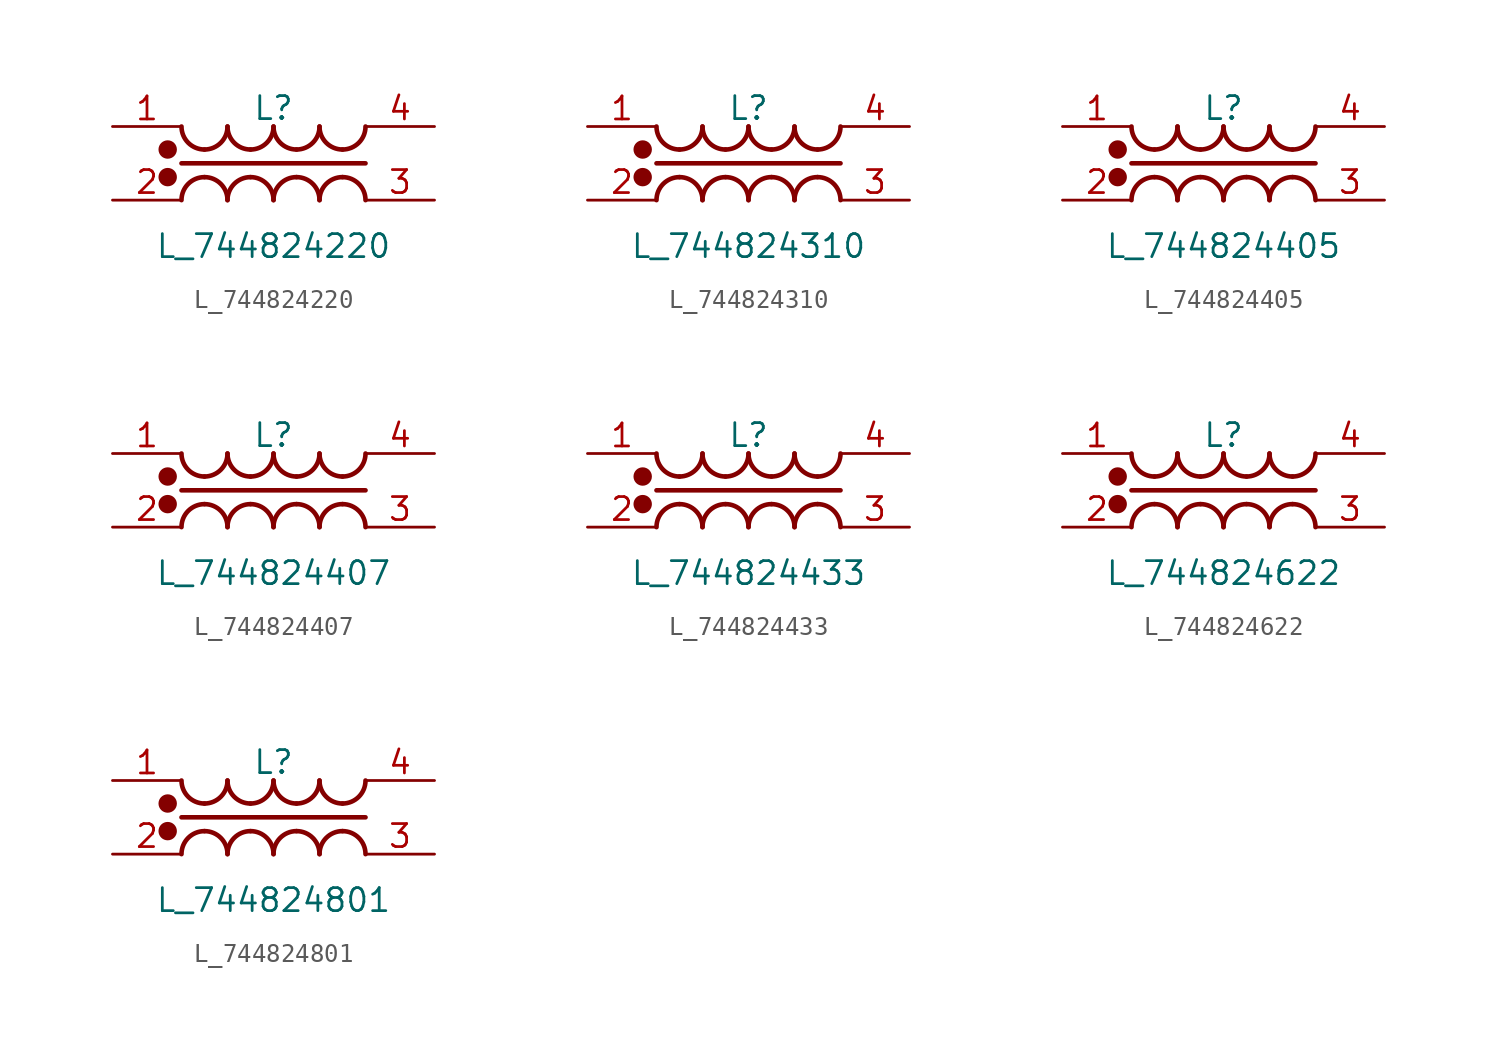
<source format=kicad_sym>
(kicad_symbol_lib
  (version 20211014)
  (generator kicad_symbol_editor)
  (symbol "Inductor_Wurth_WE-CMB:L_744824220"
    (pin_names hide)
    (property "Reference" "L"
      (at 0 5.08 0)
      (effects (font (size 1.27 1.27))))
    (property "Value" "L_744824220"
      (at 0 -2.54 0)
      (effects (font (size 1.27 1.27))))
    (symbol "L_744824220_0_1"
      (arc (start -5.08 4.064) (mid -4.708 3.166) (end -3.81 2.794) (stroke (width 0.254) (type default)) (fill (type none)))
      (arc (start -3.81 1.27) (mid -4.708 0.898) (end -5.08 0) (stroke (width 0.254) (type default)) (fill (type none)))
      (arc (start -3.81 2.794) (mid -2.912 3.166) (end -2.54 4.064) (stroke (width 0.254) (type default)) (fill (type none)))
      (arc (start -2.54 0) (mid -2.912 0.898) (end -3.81 1.27) (stroke (width 0.254) (type default)) (fill (type none)))
      (arc (start -2.5399 4.0639) (mid -2.1679 3.1659) (end -1.2699 2.7939) (stroke (width 0.254) (type default)) (fill (type none)))
      (arc (start -1.2699 1.2701) (mid -2.1679 0.8981) (end -2.5399 0.0001) (stroke (width 0.254) (type default)) (fill (type none)))
      (arc (start -1.2699 2.7939) (mid -0.3719 3.1659) (end 0.0001 4.0639) (stroke (width 0.254) (type default)) (fill (type none)))
      (arc (start 0.0001 0.0001) (mid -0.3719 0.8981) (end -1.2699 1.2701) (stroke (width 0.254) (type default)) (fill (type none)))
      (polyline (pts (xy -5.08 2.032) (xy 5.08 2.032)) (stroke (width 0.254) (type default)) (fill (type none)))
      (arc (start 0.0001 4.0639) (mid 0.3721 3.166) (end 1.2701 2.7939) (stroke (width 0.254) (type default)) (fill (type none)))
      (arc (start 1.2701 1.2701) (mid 0.3721 0.8981) (end 0.0001 0.0001) (stroke (width 0.254) (type default)) (fill (type none)))
      (arc (start 1.2701 2.7939) (mid 2.1681 3.1659) (end 2.5401 4.0639) (stroke (width 0.254) (type default)) (fill (type none)))
      (arc (start 2.5401 0.0001) (mid 2.1681 0.8981) (end 1.2701 1.2701) (stroke (width 0.254) (type default)) (fill (type none)))
      (arc (start 2.5401 4.0639) (mid 2.9121 3.166) (end 3.8101 2.7939) (stroke (width 0.254) (type default)) (fill (type none)))
      (arc (start 3.8101 1.2701) (mid 2.9121 0.8981) (end 2.5401 0.0001) (stroke (width 0.254) (type default)) (fill (type none)))
      (arc (start 3.8101 2.7939) (mid 4.7081 3.1659) (end 5.0801 4.0639) (stroke (width 0.254) (type default)) (fill (type none)))
      (arc (start 5.0801 0.0001) (mid 4.7081 0.8981) (end 3.8101 1.2701) (stroke (width 0.254) (type default)) (fill (type none))))
    (symbol "L_744824220_1_1"
      (circle (center -5.842 1.27) (radius 0.0001) (stroke (width 0.508) (type default)) (fill (type none)))
      (circle (center -5.842 2.794) (radius 0.0001) (stroke (width 0.508) (type default)) (fill (type none)))
      (pin passive line (at -8.89 4.064 0) (length 3.81) (name "1" (effects (font (size 1.27 1.27)))) (number "1" (effects (font (size 1.27 1.27)))))
      (pin passive line (at -8.89 0 0) (length 3.81) (name "2" (effects (font (size 1.27 1.27)))) (number "2" (effects (font (size 1.27 1.27)))))
      (pin passive line (at 8.89 0 180) (length 3.81) (name "3" (effects (font (size 1.27 1.27)))) (number "3" (effects (font (size 1.27 1.27)))))
      (pin passive line (at 8.89 4.064 180) (length 3.81) (name "4" (effects (font (size 1.27 1.27)))) (number "4" (effects (font (size 1.27 1.27)))))))
  (symbol "Inductor_Wurth_WE-CMB:L_744824310"
    (pin_names hide)
    (property "Reference" "L"
      (at 0 5.08 0)
      (effects (font (size 1.27 1.27))))
    (property "Value" "L_744824310"
      (at 0 -2.54 0)
      (effects (font (size 1.27 1.27))))
    (symbol "L_744824310_0_1"
      (arc (start -5.08 4.064) (mid -4.708 3.166) (end -3.81 2.794) (stroke (width 0.254) (type default)) (fill (type none)))
      (arc (start -3.81 1.27) (mid -4.708 0.898) (end -5.08 0) (stroke (width 0.254) (type default)) (fill (type none)))
      (arc (start -3.81 2.794) (mid -2.912 3.166) (end -2.54 4.064) (stroke (width 0.254) (type default)) (fill (type none)))
      (arc (start -2.54 0) (mid -2.912 0.898) (end -3.81 1.27) (stroke (width 0.254) (type default)) (fill (type none)))
      (arc (start -2.5399 4.0639) (mid -2.1679 3.1659) (end -1.2699 2.7939) (stroke (width 0.254) (type default)) (fill (type none)))
      (arc (start -1.2699 1.2701) (mid -2.1679 0.8981) (end -2.5399 0.0001) (stroke (width 0.254) (type default)) (fill (type none)))
      (arc (start -1.2699 2.7939) (mid -0.3719 3.1659) (end 0.0001 4.0639) (stroke (width 0.254) (type default)) (fill (type none)))
      (arc (start 0.0001 0.0001) (mid -0.3719 0.8981) (end -1.2699 1.2701) (stroke (width 0.254) (type default)) (fill (type none)))
      (polyline (pts (xy -5.08 2.032) (xy 5.08 2.032)) (stroke (width 0.254) (type default)) (fill (type none)))
      (arc (start 0.0001 4.0639) (mid 0.3721 3.166) (end 1.2701 2.7939) (stroke (width 0.254) (type default)) (fill (type none)))
      (arc (start 1.2701 1.2701) (mid 0.3721 0.8981) (end 0.0001 0.0001) (stroke (width 0.254) (type default)) (fill (type none)))
      (arc (start 1.2701 2.7939) (mid 2.1681 3.1659) (end 2.5401 4.0639) (stroke (width 0.254) (type default)) (fill (type none)))
      (arc (start 2.5401 0.0001) (mid 2.1681 0.8981) (end 1.2701 1.2701) (stroke (width 0.254) (type default)) (fill (type none)))
      (arc (start 2.5401 4.0639) (mid 2.9121 3.166) (end 3.8101 2.7939) (stroke (width 0.254) (type default)) (fill (type none)))
      (arc (start 3.8101 1.2701) (mid 2.9121 0.8981) (end 2.5401 0.0001) (stroke (width 0.254) (type default)) (fill (type none)))
      (arc (start 3.8101 2.7939) (mid 4.7081 3.1659) (end 5.0801 4.0639) (stroke (width 0.254) (type default)) (fill (type none)))
      (arc (start 5.0801 0.0001) (mid 4.7081 0.8981) (end 3.8101 1.2701) (stroke (width 0.254) (type default)) (fill (type none))))
    (symbol "L_744824310_1_1"
      (circle (center -5.842 1.27) (radius 0.0001) (stroke (width 0.508) (type default)) (fill (type none)))
      (circle (center -5.842 2.794) (radius 0.0001) (stroke (width 0.508) (type default)) (fill (type none)))
      (pin passive line (at -8.89 4.064 0) (length 3.81) (name "1" (effects (font (size 1.27 1.27)))) (number "1" (effects (font (size 1.27 1.27)))))
      (pin passive line (at -8.89 0 0) (length 3.81) (name "2" (effects (font (size 1.27 1.27)))) (number "2" (effects (font (size 1.27 1.27)))))
      (pin passive line (at 8.89 0 180) (length 3.81) (name "3" (effects (font (size 1.27 1.27)))) (number "3" (effects (font (size 1.27 1.27)))))
      (pin passive line (at 8.89 4.064 180) (length 3.81) (name "4" (effects (font (size 1.27 1.27)))) (number "4" (effects (font (size 1.27 1.27)))))))
  (symbol "Inductor_Wurth_WE-CMB:L_744824405"
    (pin_names hide)
    (property "Reference" "L"
      (at 0 5.08 0)
      (effects (font (size 1.27 1.27))))
    (property "Value" "L_744824405"
      (at 0 -2.54 0)
      (effects (font (size 1.27 1.27))))
    (symbol "L_744824405_0_1"
      (arc (start -5.08 4.064) (mid -4.708 3.166) (end -3.81 2.794) (stroke (width 0.254) (type default)) (fill (type none)))
      (arc (start -3.81 1.27) (mid -4.708 0.898) (end -5.08 0) (stroke (width 0.254) (type default)) (fill (type none)))
      (arc (start -3.81 2.794) (mid -2.912 3.166) (end -2.54 4.064) (stroke (width 0.254) (type default)) (fill (type none)))
      (arc (start -2.54 0) (mid -2.912 0.898) (end -3.81 1.27) (stroke (width 0.254) (type default)) (fill (type none)))
      (arc (start -2.5399 4.0639) (mid -2.1679 3.1659) (end -1.2699 2.7939) (stroke (width 0.254) (type default)) (fill (type none)))
      (arc (start -1.2699 1.2701) (mid -2.1679 0.8981) (end -2.5399 0.0001) (stroke (width 0.254) (type default)) (fill (type none)))
      (arc (start -1.2699 2.7939) (mid -0.3719 3.1659) (end 0.0001 4.0639) (stroke (width 0.254) (type default)) (fill (type none)))
      (arc (start 0.0001 0.0001) (mid -0.3719 0.8981) (end -1.2699 1.2701) (stroke (width 0.254) (type default)) (fill (type none)))
      (polyline (pts (xy -5.08 2.032) (xy 5.08 2.032)) (stroke (width 0.254) (type default)) (fill (type none)))
      (arc (start 0.0001 4.0639) (mid 0.3721 3.166) (end 1.2701 2.7939) (stroke (width 0.254) (type default)) (fill (type none)))
      (arc (start 1.2701 1.2701) (mid 0.3721 0.8981) (end 0.0001 0.0001) (stroke (width 0.254) (type default)) (fill (type none)))
      (arc (start 1.2701 2.7939) (mid 2.1681 3.1659) (end 2.5401 4.0639) (stroke (width 0.254) (type default)) (fill (type none)))
      (arc (start 2.5401 0.0001) (mid 2.1681 0.8981) (end 1.2701 1.2701) (stroke (width 0.254) (type default)) (fill (type none)))
      (arc (start 2.5401 4.0639) (mid 2.9121 3.166) (end 3.8101 2.7939) (stroke (width 0.254) (type default)) (fill (type none)))
      (arc (start 3.8101 1.2701) (mid 2.9121 0.8981) (end 2.5401 0.0001) (stroke (width 0.254) (type default)) (fill (type none)))
      (arc (start 3.8101 2.7939) (mid 4.7081 3.1659) (end 5.0801 4.0639) (stroke (width 0.254) (type default)) (fill (type none)))
      (arc (start 5.0801 0.0001) (mid 4.7081 0.8981) (end 3.8101 1.2701) (stroke (width 0.254) (type default)) (fill (type none))))
    (symbol "L_744824405_1_1"
      (circle (center -5.842 1.27) (radius 0.0001) (stroke (width 0.508) (type default)) (fill (type none)))
      (circle (center -5.842 2.794) (radius 0.0001) (stroke (width 0.508) (type default)) (fill (type none)))
      (pin passive line (at -8.89 4.064 0) (length 3.81) (name "1" (effects (font (size 1.27 1.27)))) (number "1" (effects (font (size 1.27 1.27)))))
      (pin passive line (at -8.89 0 0) (length 3.81) (name "2" (effects (font (size 1.27 1.27)))) (number "2" (effects (font (size 1.27 1.27)))))
      (pin passive line (at 8.89 0 180) (length 3.81) (name "3" (effects (font (size 1.27 1.27)))) (number "3" (effects (font (size 1.27 1.27)))))
      (pin passive line (at 8.89 4.064 180) (length 3.81) (name "4" (effects (font (size 1.27 1.27)))) (number "4" (effects (font (size 1.27 1.27)))))))
  (symbol "Inductor_Wurth_WE-CMB:L_744824407"
    (pin_names hide)
    (property "Reference" "L"
      (at 0 5.08 0)
      (effects (font (size 1.27 1.27))))
    (property "Value" "L_744824407"
      (at 0 -2.54 0)
      (effects (font (size 1.27 1.27))))
    (symbol "L_744824407_0_1"
      (arc (start -5.08 4.064) (mid -4.708 3.166) (end -3.81 2.794) (stroke (width 0.254) (type default)) (fill (type none)))
      (arc (start -3.81 1.27) (mid -4.708 0.898) (end -5.08 0) (stroke (width 0.254) (type default)) (fill (type none)))
      (arc (start -3.81 2.794) (mid -2.912 3.166) (end -2.54 4.064) (stroke (width 0.254) (type default)) (fill (type none)))
      (arc (start -2.54 0) (mid -2.912 0.898) (end -3.81 1.27) (stroke (width 0.254) (type default)) (fill (type none)))
      (arc (start -2.5399 4.0639) (mid -2.1679 3.1659) (end -1.2699 2.7939) (stroke (width 0.254) (type default)) (fill (type none)))
      (arc (start -1.2699 1.2701) (mid -2.1679 0.8981) (end -2.5399 0.0001) (stroke (width 0.254) (type default)) (fill (type none)))
      (arc (start -1.2699 2.7939) (mid -0.3719 3.1659) (end 0.0001 4.0639) (stroke (width 0.254) (type default)) (fill (type none)))
      (arc (start 0.0001 0.0001) (mid -0.3719 0.8981) (end -1.2699 1.2701) (stroke (width 0.254) (type default)) (fill (type none)))
      (polyline (pts (xy -5.08 2.032) (xy 5.08 2.032)) (stroke (width 0.254) (type default)) (fill (type none)))
      (arc (start 0.0001 4.0639) (mid 0.3721 3.166) (end 1.2701 2.7939) (stroke (width 0.254) (type default)) (fill (type none)))
      (arc (start 1.2701 1.2701) (mid 0.3721 0.8981) (end 0.0001 0.0001) (stroke (width 0.254) (type default)) (fill (type none)))
      (arc (start 1.2701 2.7939) (mid 2.1681 3.1659) (end 2.5401 4.0639) (stroke (width 0.254) (type default)) (fill (type none)))
      (arc (start 2.5401 0.0001) (mid 2.1681 0.8981) (end 1.2701 1.2701) (stroke (width 0.254) (type default)) (fill (type none)))
      (arc (start 2.5401 4.0639) (mid 2.9121 3.166) (end 3.8101 2.7939) (stroke (width 0.254) (type default)) (fill (type none)))
      (arc (start 3.8101 1.2701) (mid 2.9121 0.8981) (end 2.5401 0.0001) (stroke (width 0.254) (type default)) (fill (type none)))
      (arc (start 3.8101 2.7939) (mid 4.7081 3.1659) (end 5.0801 4.0639) (stroke (width 0.254) (type default)) (fill (type none)))
      (arc (start 5.0801 0.0001) (mid 4.7081 0.8981) (end 3.8101 1.2701) (stroke (width 0.254) (type default)) (fill (type none))))
    (symbol "L_744824407_1_1"
      (circle (center -5.842 1.27) (radius 0.0001) (stroke (width 0.508) (type default)) (fill (type none)))
      (circle (center -5.842 2.794) (radius 0.0001) (stroke (width 0.508) (type default)) (fill (type none)))
      (pin passive line (at -8.89 4.064 0) (length 3.81) (name "1" (effects (font (size 1.27 1.27)))) (number "1" (effects (font (size 1.27 1.27)))))
      (pin passive line (at -8.89 0 0) (length 3.81) (name "2" (effects (font (size 1.27 1.27)))) (number "2" (effects (font (size 1.27 1.27)))))
      (pin passive line (at 8.89 0 180) (length 3.81) (name "3" (effects (font (size 1.27 1.27)))) (number "3" (effects (font (size 1.27 1.27)))))
      (pin passive line (at 8.89 4.064 180) (length 3.81) (name "4" (effects (font (size 1.27 1.27)))) (number "4" (effects (font (size 1.27 1.27)))))))
  (symbol "Inductor_Wurth_WE-CMB:L_744824433"
    (pin_names hide)
    (property "Reference" "L"
      (at 0 5.08 0)
      (effects (font (size 1.27 1.27))))
    (property "Value" "L_744824433"
      (at 0 -2.54 0)
      (effects (font (size 1.27 1.27))))
    (symbol "L_744824433_0_1"
      (arc (start -5.08 4.064) (mid -4.708 3.166) (end -3.81 2.794) (stroke (width 0.254) (type default)) (fill (type none)))
      (arc (start -3.81 1.27) (mid -4.708 0.898) (end -5.08 0) (stroke (width 0.254) (type default)) (fill (type none)))
      (arc (start -3.81 2.794) (mid -2.912 3.166) (end -2.54 4.064) (stroke (width 0.254) (type default)) (fill (type none)))
      (arc (start -2.54 0) (mid -2.912 0.898) (end -3.81 1.27) (stroke (width 0.254) (type default)) (fill (type none)))
      (arc (start -2.5399 4.0639) (mid -2.1679 3.1659) (end -1.2699 2.7939) (stroke (width 0.254) (type default)) (fill (type none)))
      (arc (start -1.2699 1.2701) (mid -2.1679 0.8981) (end -2.5399 0.0001) (stroke (width 0.254) (type default)) (fill (type none)))
      (arc (start -1.2699 2.7939) (mid -0.3719 3.1659) (end 0.0001 4.0639) (stroke (width 0.254) (type default)) (fill (type none)))
      (arc (start 0.0001 0.0001) (mid -0.3719 0.8981) (end -1.2699 1.2701) (stroke (width 0.254) (type default)) (fill (type none)))
      (polyline (pts (xy -5.08 2.032) (xy 5.08 2.032)) (stroke (width 0.254) (type default)) (fill (type none)))
      (arc (start 0.0001 4.0639) (mid 0.3721 3.166) (end 1.2701 2.7939) (stroke (width 0.254) (type default)) (fill (type none)))
      (arc (start 1.2701 1.2701) (mid 0.3721 0.8981) (end 0.0001 0.0001) (stroke (width 0.254) (type default)) (fill (type none)))
      (arc (start 1.2701 2.7939) (mid 2.1681 3.1659) (end 2.5401 4.0639) (stroke (width 0.254) (type default)) (fill (type none)))
      (arc (start 2.5401 0.0001) (mid 2.1681 0.8981) (end 1.2701 1.2701) (stroke (width 0.254) (type default)) (fill (type none)))
      (arc (start 2.5401 4.0639) (mid 2.9121 3.166) (end 3.8101 2.7939) (stroke (width 0.254) (type default)) (fill (type none)))
      (arc (start 3.8101 1.2701) (mid 2.9121 0.8981) (end 2.5401 0.0001) (stroke (width 0.254) (type default)) (fill (type none)))
      (arc (start 3.8101 2.7939) (mid 4.7081 3.1659) (end 5.0801 4.0639) (stroke (width 0.254) (type default)) (fill (type none)))
      (arc (start 5.0801 0.0001) (mid 4.7081 0.8981) (end 3.8101 1.2701) (stroke (width 0.254) (type default)) (fill (type none))))
    (symbol "L_744824433_1_1"
      (circle (center -5.842 1.27) (radius 0.0001) (stroke (width 0.508) (type default)) (fill (type none)))
      (circle (center -5.842 2.794) (radius 0.0001) (stroke (width 0.508) (type default)) (fill (type none)))
      (pin passive line (at -8.89 4.064 0) (length 3.81) (name "1" (effects (font (size 1.27 1.27)))) (number "1" (effects (font (size 1.27 1.27)))))
      (pin passive line (at -8.89 0 0) (length 3.81) (name "2" (effects (font (size 1.27 1.27)))) (number "2" (effects (font (size 1.27 1.27)))))
      (pin passive line (at 8.89 0 180) (length 3.81) (name "3" (effects (font (size 1.27 1.27)))) (number "3" (effects (font (size 1.27 1.27)))))
      (pin passive line (at 8.89 4.064 180) (length 3.81) (name "4" (effects (font (size 1.27 1.27)))) (number "4" (effects (font (size 1.27 1.27)))))))
  (symbol "Inductor_Wurth_WE-CMB:L_744824622"
    (pin_names hide)
    (property "Reference" "L"
      (at 0 5.08 0)
      (effects (font (size 1.27 1.27))))
    (property "Value" "L_744824622"
      (at 0 -2.54 0)
      (effects (font (size 1.27 1.27))))
    (symbol "L_744824622_0_1"
      (arc (start -5.08 4.064) (mid -4.708 3.166) (end -3.81 2.794) (stroke (width 0.254) (type default)) (fill (type none)))
      (arc (start -3.81 1.27) (mid -4.708 0.898) (end -5.08 0) (stroke (width 0.254) (type default)) (fill (type none)))
      (arc (start -3.81 2.794) (mid -2.912 3.166) (end -2.54 4.064) (stroke (width 0.254) (type default)) (fill (type none)))
      (arc (start -2.54 0) (mid -2.912 0.898) (end -3.81 1.27) (stroke (width 0.254) (type default)) (fill (type none)))
      (arc (start -2.5399 4.0639) (mid -2.1679 3.1659) (end -1.2699 2.7939) (stroke (width 0.254) (type default)) (fill (type none)))
      (arc (start -1.2699 1.2701) (mid -2.1679 0.8981) (end -2.5399 0.0001) (stroke (width 0.254) (type default)) (fill (type none)))
      (arc (start -1.2699 2.7939) (mid -0.3719 3.1659) (end 0.0001 4.0639) (stroke (width 0.254) (type default)) (fill (type none)))
      (arc (start 0.0001 0.0001) (mid -0.3719 0.8981) (end -1.2699 1.2701) (stroke (width 0.254) (type default)) (fill (type none)))
      (polyline (pts (xy -5.08 2.032) (xy 5.08 2.032)) (stroke (width 0.254) (type default)) (fill (type none)))
      (arc (start 0.0001 4.0639) (mid 0.3721 3.166) (end 1.2701 2.7939) (stroke (width 0.254) (type default)) (fill (type none)))
      (arc (start 1.2701 1.2701) (mid 0.3721 0.8981) (end 0.0001 0.0001) (stroke (width 0.254) (type default)) (fill (type none)))
      (arc (start 1.2701 2.7939) (mid 2.1681 3.1659) (end 2.5401 4.0639) (stroke (width 0.254) (type default)) (fill (type none)))
      (arc (start 2.5401 0.0001) (mid 2.1681 0.8981) (end 1.2701 1.2701) (stroke (width 0.254) (type default)) (fill (type none)))
      (arc (start 2.5401 4.0639) (mid 2.9121 3.166) (end 3.8101 2.7939) (stroke (width 0.254) (type default)) (fill (type none)))
      (arc (start 3.8101 1.2701) (mid 2.9121 0.8981) (end 2.5401 0.0001) (stroke (width 0.254) (type default)) (fill (type none)))
      (arc (start 3.8101 2.7939) (mid 4.7081 3.1659) (end 5.0801 4.0639) (stroke (width 0.254) (type default)) (fill (type none)))
      (arc (start 5.0801 0.0001) (mid 4.7081 0.8981) (end 3.8101 1.2701) (stroke (width 0.254) (type default)) (fill (type none))))
    (symbol "L_744824622_1_1"
      (circle (center -5.842 1.27) (radius 0.0001) (stroke (width 0.508) (type default)) (fill (type none)))
      (circle (center -5.842 2.794) (radius 0.0001) (stroke (width 0.508) (type default)) (fill (type none)))
      (pin passive line (at -8.89 4.064 0) (length 3.81) (name "1" (effects (font (size 1.27 1.27)))) (number "1" (effects (font (size 1.27 1.27)))))
      (pin passive line (at -8.89 0 0) (length 3.81) (name "2" (effects (font (size 1.27 1.27)))) (number "2" (effects (font (size 1.27 1.27)))))
      (pin passive line (at 8.89 0 180) (length 3.81) (name "3" (effects (font (size 1.27 1.27)))) (number "3" (effects (font (size 1.27 1.27)))))
      (pin passive line (at 8.89 4.064 180) (length 3.81) (name "4" (effects (font (size 1.27 1.27)))) (number "4" (effects (font (size 1.27 1.27)))))))
  (symbol "Inductor_Wurth_WE-CMB:L_744824801"
    (pin_names hide)
    (property "Reference" "L"
      (at 0 5.08 0)
      (effects (font (size 1.27 1.27))))
    (property "Value" "L_744824801"
      (at 0 -2.54 0)
      (effects (font (size 1.27 1.27))))
    (symbol "L_744824801_0_1"
      (arc (start -5.08 4.064) (mid -4.708 3.166) (end -3.81 2.794) (stroke (width 0.254) (type default)) (fill (type none)))
      (arc (start -3.81 1.27) (mid -4.708 0.898) (end -5.08 0) (stroke (width 0.254) (type default)) (fill (type none)))
      (arc (start -3.81 2.794) (mid -2.912 3.166) (end -2.54 4.064) (stroke (width 0.254) (type default)) (fill (type none)))
      (arc (start -2.54 0) (mid -2.912 0.898) (end -3.81 1.27) (stroke (width 0.254) (type default)) (fill (type none)))
      (arc (start -2.5399 4.0639) (mid -2.1679 3.1659) (end -1.2699 2.7939) (stroke (width 0.254) (type default)) (fill (type none)))
      (arc (start -1.2699 1.2701) (mid -2.1679 0.8981) (end -2.5399 0.0001) (stroke (width 0.254) (type default)) (fill (type none)))
      (arc (start -1.2699 2.7939) (mid -0.3719 3.1659) (end 0.0001 4.0639) (stroke (width 0.254) (type default)) (fill (type none)))
      (arc (start 0.0001 0.0001) (mid -0.3719 0.8981) (end -1.2699 1.2701) (stroke (width 0.254) (type default)) (fill (type none)))
      (polyline (pts (xy -5.08 2.032) (xy 5.08 2.032)) (stroke (width 0.254) (type default)) (fill (type none)))
      (arc (start 0.0001 4.0639) (mid 0.3721 3.166) (end 1.2701 2.7939) (stroke (width 0.254) (type default)) (fill (type none)))
      (arc (start 1.2701 1.2701) (mid 0.3721 0.8981) (end 0.0001 0.0001) (stroke (width 0.254) (type default)) (fill (type none)))
      (arc (start 1.2701 2.7939) (mid 2.1681 3.1659) (end 2.5401 4.0639) (stroke (width 0.254) (type default)) (fill (type none)))
      (arc (start 2.5401 0.0001) (mid 2.1681 0.8981) (end 1.2701 1.2701) (stroke (width 0.254) (type default)) (fill (type none)))
      (arc (start 2.5401 4.0639) (mid 2.9121 3.166) (end 3.8101 2.7939) (stroke (width 0.254) (type default)) (fill (type none)))
      (arc (start 3.8101 1.2701) (mid 2.9121 0.8981) (end 2.5401 0.0001) (stroke (width 0.254) (type default)) (fill (type none)))
      (arc (start 3.8101 2.7939) (mid 4.7081 3.1659) (end 5.0801 4.0639) (stroke (width 0.254) (type default)) (fill (type none)))
      (arc (start 5.0801 0.0001) (mid 4.7081 0.8981) (end 3.8101 1.2701) (stroke (width 0.254) (type default)) (fill (type none))))
    (symbol "L_744824801_1_1"
      (circle (center -5.842 1.27) (radius 0.0001) (stroke (width 0.508) (type default)) (fill (type none)))
      (circle (center -5.842 2.794) (radius 0.0001) (stroke (width 0.508) (type default)) (fill (type none)))
      (pin passive line (at -8.89 4.064 0) (length 3.81) (name "1" (effects (font (size 1.27 1.27)))) (number "1" (effects (font (size 1.27 1.27)))))
      (pin passive line (at -8.89 0 0) (length 3.81) (name "2" (effects (font (size 1.27 1.27)))) (number "2" (effects (font (size 1.27 1.27)))))
      (pin passive line (at 8.89 0 180) (length 3.81) (name "3" (effects (font (size 1.27 1.27)))) (number "3" (effects (font (size 1.27 1.27)))))
      (pin passive line (at 8.89 4.064 180) (length 3.81) (name "4" (effects (font (size 1.27 1.27)))) (number "4" (effects (font (size 1.27 1.27))))))))
</source>
